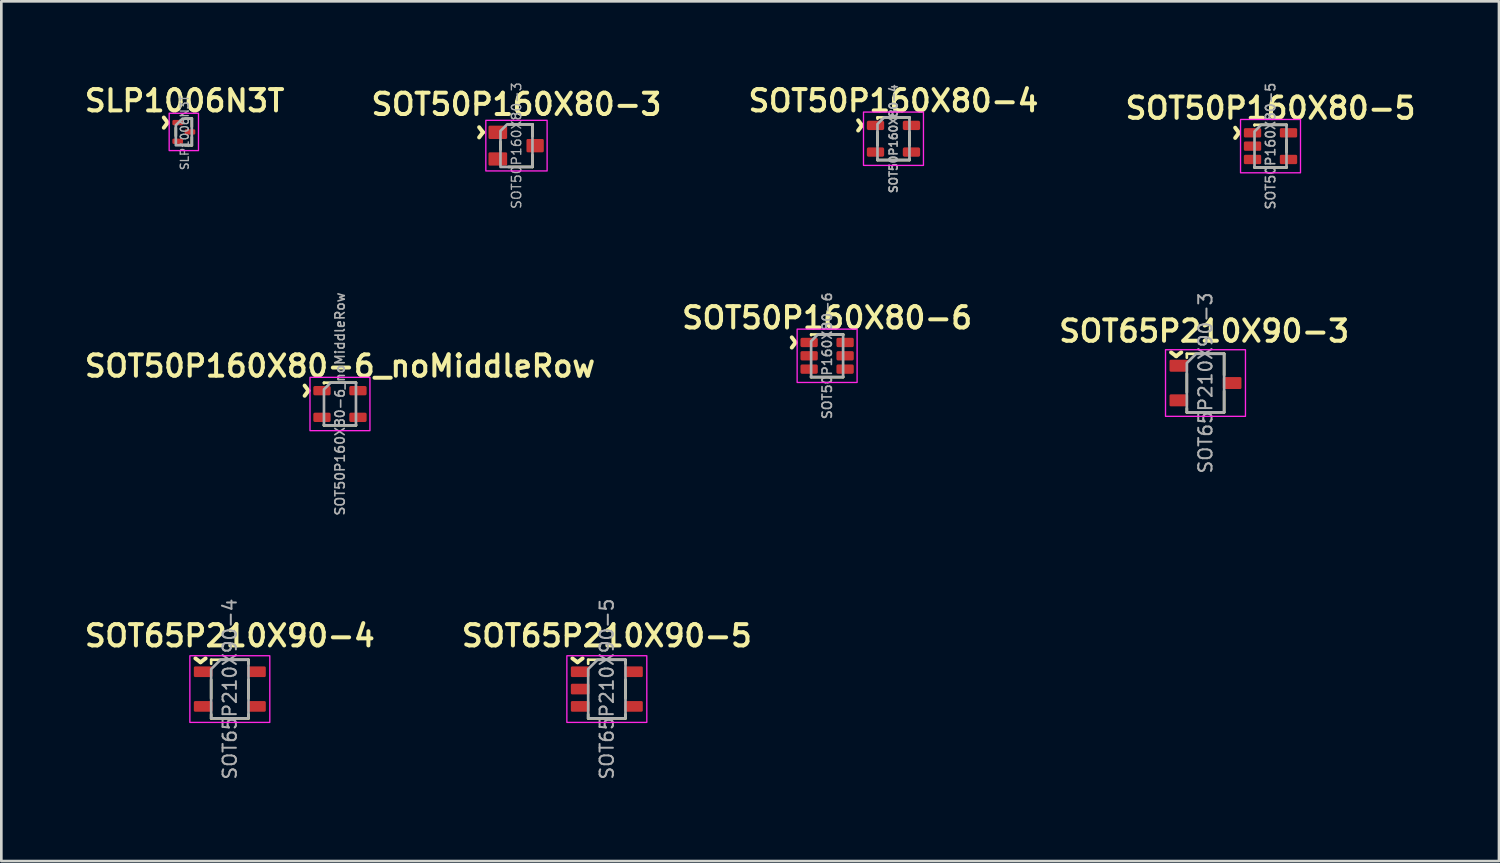
<source format=kicad_pcb>
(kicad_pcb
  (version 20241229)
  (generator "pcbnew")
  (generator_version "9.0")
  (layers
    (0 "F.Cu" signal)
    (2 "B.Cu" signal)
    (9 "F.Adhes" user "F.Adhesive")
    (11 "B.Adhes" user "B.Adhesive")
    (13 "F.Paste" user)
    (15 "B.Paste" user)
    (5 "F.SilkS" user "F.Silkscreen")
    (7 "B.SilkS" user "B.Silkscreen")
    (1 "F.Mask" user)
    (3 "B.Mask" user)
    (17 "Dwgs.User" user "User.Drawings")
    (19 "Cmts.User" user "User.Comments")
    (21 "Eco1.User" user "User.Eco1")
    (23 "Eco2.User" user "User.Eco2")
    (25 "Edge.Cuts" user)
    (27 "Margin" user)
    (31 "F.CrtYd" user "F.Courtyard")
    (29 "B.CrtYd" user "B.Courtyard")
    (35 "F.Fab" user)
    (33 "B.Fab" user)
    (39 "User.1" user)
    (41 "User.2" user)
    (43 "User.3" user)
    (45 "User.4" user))
  (footprint "SOT50P160X80-5"
    (layer "F.Cu")
    (at 44.625 2.434)
    (property "Reference" "SOT50P160X80-5" (at 0 -1.425 0) (layer "F.SilkS") (effects (font (size 0.8 0.8) (thickness 0.15))))
    (attr smd)
    (fp_line (start -0.6 -0.8) (end -0.6 -0.775) (stroke (width 0.1) (type default)) (layer "F.SilkS"))
    (fp_line (start -0.6 0.8) (end -0.6 0.775) (stroke (width 0.1) (type default)) (layer "F.SilkS"))
    (fp_line (start 0.6 -0.8) (end -0.6 -0.8) (stroke (width 0.1) (type solid)) (layer "F.SilkS"))
    (fp_line (start 0.6 -0.8) (end 0.6 -0.775) (stroke (width 0.1) (type default)) (layer "F.SilkS"))
    (fp_line (start 0.6 -0.225) (end 0.6 0.225) (stroke (width 0.1) (type default)) (layer "F.SilkS"))
    (fp_line (start 0.6 0.8) (end -0.6 0.8) (stroke (width 0.1) (type solid)) (layer "F.SilkS"))
    (fp_line (start 0.6 0.8) (end 0.6 0.775) (stroke (width 0.1) (type default)) (layer "F.SilkS"))
    (fp_poly (pts (xy -1.125 1) (xy 1.125 1) (xy 1.125 -1) (xy -1.125 -1)) (stroke (width 0.05) (type solid)) (fill no) (layer "F.CrtYd"))
    (fp_poly (pts (xy -0.6 0.8) (xy -0.6 -0.55) (xy -0.35 -0.8) (xy 0.6 -0.8) (xy 0.6 0.8)) (stroke (width 0.1) (type solid)) (fill no) (layer "F.Fab"))
    (fp_text user "^" (at -1.775 -0.5 270) (unlocked yes) (layer "F.SilkS") (effects (font (size 1 1) (thickness 0.15))))
    (fp_text user "${REFERENCE}" (at 0 0 90) (layer "F.Fab") (effects (font (size 0.35 0.35) (thickness 0.062))))
    (pad "1" smd roundrect (at -0.675 -0.5) (size 0.65 0.35) (layers "F.Cu" "F.Mask" "F.Paste") (roundrect_rratio 0.143))
    (pad "2" smd roundrect (at -0.675 0) (size 0.65 0.35) (layers "F.Cu" "F.Mask" "F.Paste") (roundrect_rratio 0.143))
    (pad "3" smd roundrect (at -0.675 0.5) (size 0.65 0.35) (layers "F.Cu" "F.Mask" "F.Paste") (roundrect_rratio 0.143))
    (pad "4" smd roundrect (at 0.675 0.5) (size 0.65 0.35) (layers "F.Cu" "F.Mask" "F.Paste") (roundrect_rratio 0.143))
    (pad "5" smd roundrect (at 0.675 -0.5) (size 0.65 0.35) (layers "F.Cu" "F.Mask" "F.Paste") (roundrect_rratio 0.143)))
  (footprint "SOT65P210X90-5"
    (layer "F.Cu")
    (at 19.721 22.807)
    (property "Reference" "SOT65P210X90-5" (at 0 -2 0) (layer "F.SilkS") (effects (font (size 0.8 0.8) (thickness 0.15))))
    (attr smd)
    (fp_line (start -0.7 -1.1) (end -0.7 -0.95) (stroke (width 0.1) (type default)) (layer "F.SilkS"))
    (fp_line (start -0.7 -1.1) (end 0.7 -1.1) (stroke (width 0.1) (type solid)) (layer "F.SilkS"))
    (fp_line (start -0.7 1.1) (end -0.7 0.95) (stroke (width 0.1) (type default)) (layer "F.SilkS"))
    (fp_line (start -0.7 1.1) (end 0.7 1.1) (stroke (width 0.1) (type solid)) (layer "F.SilkS"))
    (fp_line (start 0.7 -1.1) (end 0.7 -0.95) (stroke (width 0.1) (type default)) (layer "F.SilkS"))
    (fp_line (start 0.7 0.35) (end 0.7 -0.35) (stroke (width 0.1) (type default)) (layer "F.SilkS"))
    (fp_line (start 0.7 1.1) (end 0.7 0.95) (stroke (width 0.1) (type default)) (layer "F.SilkS"))
    (fp_rect (start -1.5 -1.25) (end 1.5 1.25) (stroke (width 0.05) (type default)) (fill no) (layer "F.CrtYd"))
    (fp_poly (pts (xy 0.7 1.1) (xy -0.7 1.1) (xy -0.7 -0.75) (xy -0.35 -1.1) (xy 0.7 -1.1)) (stroke (width 0.1) (type solid)) (fill no) (layer "F.Fab"))
    (fp_text user "^" (at -1.1 -1.6 180) (unlocked yes) (layer "F.SilkS") (effects (font (size 1 1) (thickness 0.15))))
    (fp_text user "${REFERENCE}" (at 0 0 90) (layer "F.Fab") (effects (font (size 0.5 0.5) (thickness 0.075))))
    (pad "1" smd roundrect (at -1 -0.65) (size 0.7 0.4) (layers "F.Cu" "F.Mask" "F.Paste") (roundrect_rratio 0.125))
    (pad "2" smd roundrect (at -1 0) (size 0.7 0.4) (layers "F.Cu" "F.Mask" "F.Paste") (roundrect_rratio 0.125))
    (pad "3" smd roundrect (at -1 0.65) (size 0.7 0.4) (layers "F.Cu" "F.Mask" "F.Paste") (roundrect_rratio 0.125))
    (pad "4" smd roundrect (at 1 0.65) (size 0.7 0.4) (layers "F.Cu" "F.Mask" "F.Paste") (roundrect_rratio 0.125))
    (pad "5" smd roundrect (at 1 -0.65) (size 0.7 0.4) (layers "F.Cu" "F.Mask" "F.Paste") (roundrect_rratio 0.125)))
  (footprint "SLP1006N3T"
    (layer "F.Cu")
    (at 3.878 1.931)
    (property "Reference" "SLP1006N3T" (at 0 -1.2 0) (layer "F.SilkS") (effects (font (size 0.8 0.8) (thickness 0.15))))
    (attr smd)
    (fp_line (start -0.33 -0.18) (end -0.33 0.12) (stroke (width 0.1) (type solid)) (layer "F.SilkS"))
    (fp_line (start 0.27 -0.53) (end 0.02 -0.53) (stroke (width 0.1) (type solid)) (layer "F.SilkS"))
    (fp_line (start 0.27 -0.53) (end 0.27 -0.23) (stroke (width 0.1) (type solid)) (layer "F.SilkS"))
    (fp_line (start 0.27 0.47) (end 0.02 0.47) (stroke (width 0.1) (type solid)) (layer "F.SilkS"))
    (fp_line (start 0.27 0.47) (end 0.27 0.17) (stroke (width 0.1) (type solid)) (layer "F.SilkS"))
    (fp_rect (start -0.58 -0.73) (end 0.52 0.67) (stroke (width 0.05) (type solid)) (fill no) (layer "F.CrtYd"))
    (fp_poly (pts (xy -0.33 0.47) (xy 0.27 0.47) (xy 0.27 -0.53) (xy -0.08 -0.53) (xy -0.33 -0.28)) (stroke (width 0.1) (type solid)) (fill no) (layer "F.Fab"))
    (fp_text user "^" (at -1.23 -0.38 270) (unlocked yes) (layer "F.SilkS") (effects (font (size 1 1) (thickness 0.15))))
    (fp_text user "${REFERENCE}" (at 0 0 90) (layer "F.Fab") (effects (font (size 0.3 0.3) (thickness 0.05))))
    (pad "1" smd roundrect (at -0.26 -0.38 270) (size 0.2 0.4) (layers "F.Cu" "F.Mask" "F.Paste") (roundrect_rratio 0.25))
    (pad "2" smd roundrect (at -0.26 0.32 270) (size 0.2 0.4) (layers "F.Cu" "F.Mask" "F.Paste") (roundrect_rratio 0.25))
    (pad "3" smd roundrect (at 0.2 -0.03 270) (size 0.2 0.4) (layers "F.Cu" "F.Mask" "F.Paste") (roundrect_rratio 0.25)))
  (footprint "SOT50P160X80-4"
    (layer "F.Cu")
    (at 30.477 2.156)
    (property "Reference" "SOT50P160X80-4" (at 0 -1.425 0) (layer "F.SilkS") (effects (font (size 0.8 0.8) (thickness 0.15))))
    (attr smd)
    (fp_line (start -0.6 -0.8) (end -0.6 -0.75) (stroke (width 0.1) (type default)) (layer "F.SilkS"))
    (fp_line (start -0.6 -0.25) (end -0.6 0.25) (stroke (width 0.1) (type default)) (layer "F.SilkS"))
    (fp_line (start -0.6 0.8) (end -0.6 0.75) (stroke (width 0.1) (type default)) (layer "F.SilkS"))
    (fp_line (start 0.6 -0.8) (end -0.6 -0.8) (stroke (width 0.1) (type solid)) (layer "F.SilkS"))
    (fp_line (start 0.6 -0.8) (end 0.6 -0.75) (stroke (width 0.1) (type default)) (layer "F.SilkS"))
    (fp_line (start 0.6 -0.25) (end 0.6 0.25) (stroke (width 0.1) (type default)) (layer "F.SilkS"))
    (fp_line (start 0.6 0.8) (end -0.6 0.8) (stroke (width 0.1) (type solid)) (layer "F.SilkS"))
    (fp_line (start 0.6 0.8) (end 0.6 0.75) (stroke (width 0.1) (type default)) (layer "F.SilkS"))
    (fp_poly (pts (xy -1.125 1) (xy 1.125 1) (xy 1.125 -1) (xy -1.125 -1)) (stroke (width 0.05) (type solid)) (fill no) (layer "F.CrtYd"))
    (fp_poly (pts (xy -0.6 -0.55) (xy -0.35 -0.8) (xy 0.6 -0.8) (xy 0.6 0.8) (xy -0.6 0.8)) (stroke (width 0.1) (type solid)) (fill no) (layer "F.Fab"))
    (fp_text user "^" (at -1.775 -0.5 270) (unlocked yes) (layer "F.SilkS") (effects (font (size 1 1) (thickness 0.15))))
    (fp_text user "${REFERENCE}" (at 0 0 90) (layer "F.Fab") (effects (font (size 0.3 0.3) (thickness 0.065))))
    (pad "1" smd roundrect (at -0.675 -0.5 270) (size 0.35 0.65) (layers "F.Cu" "F.Mask" "F.Paste") (roundrect_rratio 0.185))
    (pad "2" smd roundrect (at -0.675 0.5 270) (size 0.35 0.65) (layers "F.Cu" "F.Mask" "F.Paste") (roundrect_rratio 0.185))
    (pad "3" smd roundrect (at 0.675 0.5 270) (size 0.35 0.65) (layers "F.Cu" "F.Mask" "F.Paste") (roundrect_rratio 0.185))
    (pad "4" smd roundrect (at 0.675 -0.5 270) (size 0.35 0.65) (layers "F.Cu" "F.Mask" "F.Paste") (roundrect_rratio 0.185)))
  (footprint "SOT65P210X90-4"
    (layer "F.Cu")
    (at 5.574 22.807)
    (property "Reference" "SOT65P210X90-4" (at 0 -2 0) (layer "F.SilkS") (effects (font (size 0.8 0.8) (thickness 0.15))))
    (attr smd)
    (fp_line (start -0.7 -1.1) (end -0.7 -0.95) (stroke (width 0.1) (type default)) (layer "F.SilkS"))
    (fp_line (start -0.7 -1.1) (end 0.7 -1.1) (stroke (width 0.1) (type solid)) (layer "F.SilkS"))
    (fp_line (start -0.7 -0.35) (end -0.7 0.35) (stroke (width 0.1) (type default)) (layer "F.SilkS"))
    (fp_line (start -0.7 1.1) (end -0.7 0.95) (stroke (width 0.1) (type default)) (layer "F.SilkS"))
    (fp_line (start -0.7 1.1) (end 0.7 1.1) (stroke (width 0.1) (type solid)) (layer "F.SilkS"))
    (fp_line (start 0.7 -1.1) (end 0.7 -0.95) (stroke (width 0.1) (type default)) (layer "F.SilkS"))
    (fp_line (start 0.7 -0.35) (end 0.7 0.35) (stroke (width 0.1) (type default)) (layer "F.SilkS"))
    (fp_line (start 0.7 1.1) (end 0.7 0.95) (stroke (width 0.1) (type default)) (layer "F.SilkS"))
    (fp_rect (start -1.5 -1.25) (end 1.5 1.25) (stroke (width 0.05) (type default)) (fill no) (layer "F.CrtYd"))
    (fp_poly (pts (xy 0.7 1.1) (xy -0.7 1.1) (xy -0.7 -0.75) (xy -0.35 -1.1) (xy 0.7 -1.1)) (stroke (width 0.1) (type solid)) (fill no) (layer "F.Fab"))
    (fp_text user "^" (at -1.1 -1.6 180) (unlocked yes) (layer "F.SilkS") (effects (font (size 1 1) (thickness 0.15))))
    (fp_text user "${REFERENCE}" (at 0 0 90) (layer "F.Fab") (effects (font (size 0.5 0.5) (thickness 0.075))))
    (pad "1" smd roundrect (at -1 -0.65) (size 0.7 0.4) (layers "F.Cu" "F.Mask" "F.Paste") (roundrect_rratio 0.125))
    (pad "2" smd roundrect (at -1 0.65) (size 0.7 0.4) (layers "F.Cu" "F.Mask" "F.Paste") (roundrect_rratio 0.125))
    (pad "3" smd roundrect (at 1 0.65) (size 0.7 0.4) (layers "F.Cu" "F.Mask" "F.Paste") (roundrect_rratio 0.125))
    (pad "4" smd roundrect (at 1 -0.65) (size 0.7 0.4) (layers "F.Cu" "F.Mask" "F.Paste") (roundrect_rratio 0.125)))
  (footprint "SOT65P210X90-3"
    (layer "F.Cu")
    (at 42.185 11.323)
    (property "Reference" "SOT65P210X90-3" (at -0.05 -1.95 0) (layer "F.SilkS") (effects (font (size 0.8 0.8) (thickness 0.15))))
    (attr smd)
    (fp_line (start -0.7 -1.1) (end -0.7 -0.95) (stroke (width 0.1) (type default)) (layer "F.SilkS"))
    (fp_line (start -0.7 -0.35) (end -0.7 0.35) (stroke (width 0.1) (type default)) (layer "F.SilkS"))
    (fp_line (start -0.7 1.1) (end -0.7 0.95) (stroke (width 0.1) (type default)) (layer "F.SilkS"))
    (fp_line (start -0.7 1.1) (end 0.7 1.1) (stroke (width 0.1) (type solid)) (layer "F.SilkS"))
    (fp_line (start 0.7 -1.1) (end -0.7 -1.1) (stroke (width 0.1) (type solid)) (layer "F.SilkS"))
    (fp_line (start 0.7 -1.1) (end 0.7 -0.3) (stroke (width 0.1) (type solid)) (layer "F.SilkS"))
    (fp_line (start 0.7 0.3) (end 0.7 1.1) (stroke (width 0.1) (type solid)) (layer "F.SilkS"))
    (fp_rect (start -1.5 -1.25) (end 1.5 1.25) (stroke (width 0.05) (type default)) (fill no) (layer "F.CrtYd"))
    (fp_poly (pts (xy 0.7 1.1) (xy -0.7 1.1) (xy -0.7 -0.75) (xy -0.35 -1.1) (xy 0.7 -1.1)) (stroke (width 0.1) (type solid)) (fill no) (layer "F.Fab"))
    (fp_text user "^" (at -1.1 -1.6 180) (unlocked yes) (layer "F.SilkS") (effects (font (size 1 1) (thickness 0.15))))
    (fp_text user "${REFERENCE}" (at 0 0 90) (layer "F.Fab") (effects (font (size 0.5 0.5) (thickness 0.075))))
    (pad "1" smd roundrect (at -1 -0.65 270) (size 0.45 0.7) (layers "F.Cu" "F.Mask" "F.Paste") (roundrect_rratio 0.111))
    (pad "2" smd roundrect (at -1 0.65 270) (size 0.45 0.7) (layers "F.Cu" "F.Mask" "F.Paste") (roundrect_rratio 0.111))
    (pad "3" smd roundrect (at 1 0 270) (size 0.45 0.7) (layers "F.Cu" "F.Mask" "F.Paste") (roundrect_rratio 0.111)))
  (footprint "SOT50P160X80-6"
    (layer "F.Cu")
    (at 27.987 10.301)
    (property "Reference" "SOT50P160X80-6" (at 0 -1.425 0) (layer "F.SilkS") (effects (font (size 0.8 0.8) (thickness 0.15))))
    (attr smd)
    (fp_line (start -0.6 -0.8) (end -0.6 -0.775) (stroke (width 0.1) (type default)) (layer "F.SilkS"))
    (fp_line (start -0.6 0.8) (end -0.6 0.775) (stroke (width 0.1) (type default)) (layer "F.SilkS"))
    (fp_line (start 0.6 -0.8) (end -0.6 -0.8) (stroke (width 0.1) (type solid)) (layer "F.SilkS"))
    (fp_line (start 0.6 -0.8) (end 0.6 -0.775) (stroke (width 0.1) (type default)) (layer "F.SilkS"))
    (fp_line (start 0.6 0.8) (end -0.6 0.8) (stroke (width 0.1) (type solid)) (layer "F.SilkS"))
    (fp_line (start 0.6 0.8) (end 0.6 0.775) (stroke (width 0.1) (type default)) (layer "F.SilkS"))
    (fp_poly (pts (xy -1.125 1) (xy 1.125 1) (xy 1.125 -1) (xy -1.125 -1)) (stroke (width 0.05) (type solid)) (fill no) (layer "F.CrtYd"))
    (fp_poly (pts (xy -0.6 -0.55) (xy -0.35 -0.8) (xy 0.6 -0.8) (xy 0.6 0.8) (xy -0.6 0.8)) (stroke (width 0.1) (type solid)) (fill no) (layer "F.Fab"))
    (fp_text user "^" (at -1.775 -0.5 270) (unlocked yes) (layer "F.SilkS") (effects (font (size 1 1) (thickness 0.15))))
    (fp_text user "${REFERENCE}" (at 0 0 90) (layer "F.Fab") (effects (font (size 0.35 0.35) (thickness 0.062))))
    (pad "1" smd roundrect (at -0.675 -0.5) (size 0.65 0.35) (layers "F.Cu" "F.Mask" "F.Paste") (roundrect_rratio 0.167))
    (pad "2" smd roundrect (at -0.675 0) (size 0.65 0.35) (layers "F.Cu" "F.Mask" "F.Paste") (roundrect_rratio 0.167))
    (pad "3" smd roundrect (at -0.675 0.5) (size 0.65 0.35) (layers "F.Cu" "F.Mask" "F.Paste") (roundrect_rratio 0.167))
    (pad "4" smd roundrect (at 0.675 0.5) (size 0.65 0.35) (layers "F.Cu" "F.Mask" "F.Paste") (roundrect_rratio 0.167))
    (pad "5" smd roundrect (at 0.675 0) (size 0.65 0.35) (layers "F.Cu" "F.Mask" "F.Paste") (roundrect_rratio 0.167))
    (pad "6" smd roundrect (at 0.675 -0.5) (size 0.65 0.35) (layers "F.Cu" "F.Mask" "F.Paste") (roundrect_rratio 0.167)))
  (footprint "SOT50P160X80-3"
    (layer "F.Cu")
    (at 16.33 2.415)
    (property "Reference" "SOT50P160X80-3" (at 0 -1.55 0) (layer "F.SilkS") (effects (font (size 0.8 0.8) (thickness 0.15))))
    (attr smd)
    (fp_line (start -0.6 0.15) (end -0.6 -0.15) (stroke (width 0.1) (type solid)) (layer "F.SilkS"))
    (fp_line (start 0.6 -0.8) (end -0.3 -0.8) (stroke (width 0.1) (type solid)) (layer "F.SilkS"))
    (fp_line (start 0.6 -0.35) (end 0.6 -0.8) (stroke (width 0.1) (type solid)) (layer "F.SilkS"))
    (fp_line (start 0.6 0.35) (end 0.6 0.8) (stroke (width 0.1) (type solid)) (layer "F.SilkS"))
    (fp_line (start 0.6 0.8) (end -0.3 0.8) (stroke (width 0.1) (type solid)) (layer "F.SilkS"))
    (fp_rect (start -1.15 -0.95) (end 1.15 0.95) (stroke (width 0.05) (type default)) (fill no) (layer "F.CrtYd"))
    (fp_poly (pts (xy -0.6 0.8) (xy -0.6 -0.55) (xy -0.35 -0.8) (xy 0.6 -0.8) (xy 0.6 0.8)) (stroke (width 0.1) (type solid)) (fill no) (layer "F.Fab"))
    (fp_text user "^" (at -1.85 -0.5 270) (unlocked yes) (layer "F.SilkS") (effects (font (size 1 1) (thickness 0.15))))
    (fp_text user "${REFERENCE}" (at 0 0 90) (layer "F.Fab") (effects (font (size 0.35 0.35) (thickness 0.05))))
    (pad "1" smd roundrect (at -0.7 -0.5 270) (size 0.5 0.7) (layers "F.Cu" "F.Mask" "F.Paste") (roundrect_rratio 0.1))
    (pad "2" smd roundrect (at -0.7 0.5 270) (size 0.5 0.7) (layers "F.Cu" "F.Mask" "F.Paste") (roundrect_rratio 0.1))
    (pad "3" smd roundrect (at 0.7 0 270) (size 0.5 0.65) (layers "F.Cu" "F.Mask" "F.Paste") (roundrect_rratio 0.1)))
  (footprint "SOT50P160X80-6_noMiddleRow"
    (layer "F.Cu")
    (at 9.707 12.11)
    (property "Reference" "SOT50P160X80-6_noMiddleRow" (at 0 -1.425 0) (layer "F.SilkS") (effects (font (size 0.8 0.8) (thickness 0.15))))
    (attr smd)
    (fp_line (start -0.6 -0.8) (end -0.6 -0.775) (stroke (width 0.1) (type default)) (layer "F.SilkS"))
    (fp_line (start -0.6 0.8) (end -0.6 0.775) (stroke (width 0.1) (type default)) (layer "F.SilkS"))
    (fp_line (start 0.6 -0.8) (end -0.6 -0.8) (stroke (width 0.1) (type solid)) (layer "F.SilkS"))
    (fp_line (start 0.6 -0.8) (end 0.6 -0.775) (stroke (width 0.1) (type default)) (layer "F.SilkS"))
    (fp_line (start 0.6 0.8) (end -0.6 0.8) (stroke (width 0.1) (type solid)) (layer "F.SilkS"))
    (fp_line (start 0.6 0.8) (end 0.6 0.775) (stroke (width 0.1) (type default)) (layer "F.SilkS"))
    (fp_poly (pts (xy -1.125 1) (xy 1.125 1) (xy 1.125 -1) (xy -1.125 -1)) (stroke (width 0.05) (type solid)) (fill no) (layer "F.CrtYd"))
    (fp_poly (pts (xy -0.6 -0.55) (xy -0.35 -0.8) (xy 0.6 -0.8) (xy 0.6 0.8) (xy -0.6 0.8)) (stroke (width 0.1) (type solid)) (fill no) (layer "F.Fab"))
    (fp_text user "^" (at -1.775 -0.5 270) (unlocked yes) (layer "F.SilkS") (effects (font (size 1 1) (thickness 0.15))))
    (fp_text user "${REFERENCE}" (at 0 0 90) (layer "F.Fab") (effects (font (size 0.35 0.35) (thickness 0.062))))
    (pad "1" smd roundrect (at -0.675 -0.5) (size 0.65 0.35) (layers "F.Cu" "F.Mask" "F.Paste") (roundrect_rratio 0.167))
    (pad "3" smd roundrect (at -0.675 0.5) (size 0.65 0.35) (layers "F.Cu" "F.Mask" "F.Paste") (roundrect_rratio 0.167))
    (pad "4" smd roundrect (at 0.675 0.5) (size 0.65 0.35) (layers "F.Cu" "F.Mask" "F.Paste") (roundrect_rratio 0.167))
    (pad "6" smd roundrect (at 0.675 -0.5) (size 0.65 0.35) (layers "F.Cu" "F.Mask" "F.Paste") (roundrect_rratio 0.167)))
  (gr_rect
    (start -3 -3)
    (end 53.198 29.262)
    (stroke (width 0.1) (type default))
    (fill no)
    (layer "Edge.Cuts")))
</source>
